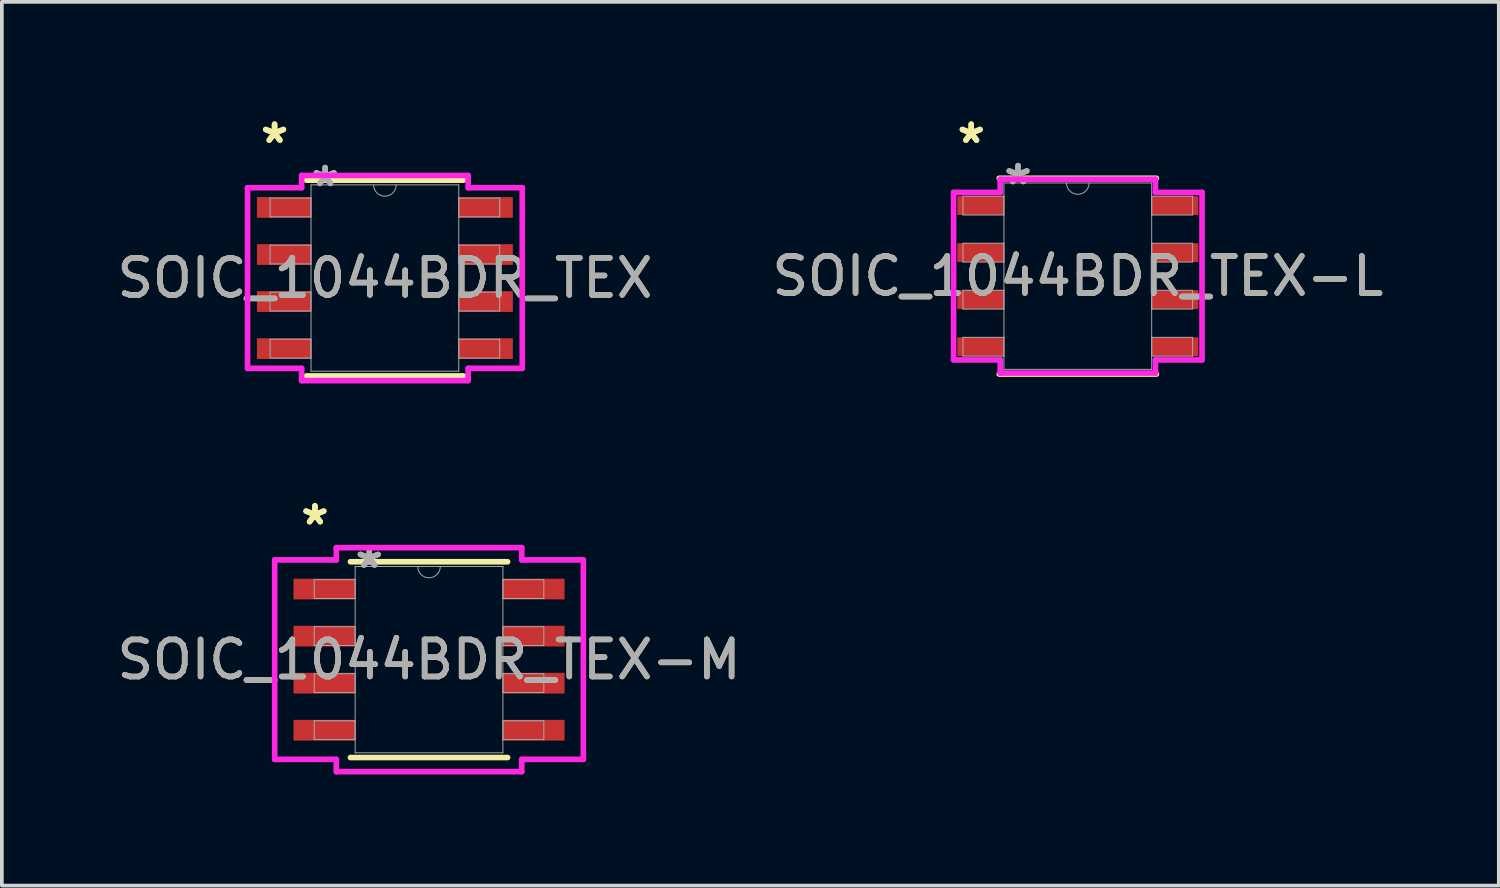
<source format=kicad_pcb>
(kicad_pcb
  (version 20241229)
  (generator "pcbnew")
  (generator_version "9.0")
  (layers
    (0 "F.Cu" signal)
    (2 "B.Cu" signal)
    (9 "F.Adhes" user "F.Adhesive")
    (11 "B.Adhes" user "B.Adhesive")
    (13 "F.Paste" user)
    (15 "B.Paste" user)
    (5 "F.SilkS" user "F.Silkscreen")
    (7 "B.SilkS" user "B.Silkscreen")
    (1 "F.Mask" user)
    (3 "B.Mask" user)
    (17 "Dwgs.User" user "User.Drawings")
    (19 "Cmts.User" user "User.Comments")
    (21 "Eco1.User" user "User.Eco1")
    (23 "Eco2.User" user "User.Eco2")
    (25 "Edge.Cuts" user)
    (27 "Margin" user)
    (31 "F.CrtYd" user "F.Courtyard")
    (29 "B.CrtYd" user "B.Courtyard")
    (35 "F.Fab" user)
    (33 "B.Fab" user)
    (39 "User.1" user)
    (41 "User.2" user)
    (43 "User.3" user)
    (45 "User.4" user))
  (footprint "SOIC_1044BDR_TEX-L"
    (layer "F.Cu")
    (at 26.042 4.404)
    (property "Reference" "SOIC_1044BDR_TEX-L" (at 0 0 0) (unlocked yes) (layer "F.SilkS") (effects (font (size 1 1) (thickness 0.15))))
    (attr smd)
    (fp_line (start -2.121 2.642) (end 2.121 2.642) (stroke (width 0.152) (type solid)) (layer "F.SilkS"))
    (fp_line (start 2.121 -2.642) (end -2.121 -2.642) (stroke (width 0.152) (type solid)) (layer "F.SilkS"))
    (fp_line (start -3.353 -2.261) (end -2.095 -2.261) (stroke (width 0.152) (type solid)) (layer "F.CrtYd"))
    (fp_line (start -3.353 2.261) (end -3.353 -2.261) (stroke (width 0.152) (type solid)) (layer "F.CrtYd"))
    (fp_line (start -3.353 2.261) (end -2.095 2.261) (stroke (width 0.152) (type solid)) (layer "F.CrtYd"))
    (fp_line (start -2.095 -2.616) (end 2.095 -2.616) (stroke (width 0.152) (type solid)) (layer "F.CrtYd"))
    (fp_line (start -2.095 -2.261) (end -2.095 -2.616) (stroke (width 0.152) (type solid)) (layer "F.CrtYd"))
    (fp_line (start -2.095 2.616) (end -2.095 2.261) (stroke (width 0.152) (type solid)) (layer "F.CrtYd"))
    (fp_line (start 2.095 -2.616) (end 2.095 -2.261) (stroke (width 0.152) (type solid)) (layer "F.CrtYd"))
    (fp_line (start 2.095 2.261) (end 2.095 2.616) (stroke (width 0.152) (type solid)) (layer "F.CrtYd"))
    (fp_line (start 2.095 2.616) (end -2.095 2.616) (stroke (width 0.152) (type solid)) (layer "F.CrtYd"))
    (fp_line (start 3.353 -2.261) (end 2.095 -2.261) (stroke (width 0.152) (type solid)) (layer "F.CrtYd"))
    (fp_line (start 3.353 -2.261) (end 3.353 2.261) (stroke (width 0.152) (type solid)) (layer "F.CrtYd"))
    (fp_line (start 3.353 2.261) (end 2.095 2.261) (stroke (width 0.152) (type solid)) (layer "F.CrtYd"))
    (fp_line (start -3.099 -2.159) (end -3.099 -1.651) (stroke (width 0.025) (type solid)) (layer "F.Fab"))
    (fp_line (start -3.099 -1.651) (end -1.994 -1.651) (stroke (width 0.025) (type solid)) (layer "F.Fab"))
    (fp_line (start -3.099 -0.889) (end -3.099 -0.381) (stroke (width 0.025) (type solid)) (layer "F.Fab"))
    (fp_line (start -3.099 -0.381) (end -1.994 -0.381) (stroke (width 0.025) (type solid)) (layer "F.Fab"))
    (fp_line (start -3.099 0.381) (end -3.099 0.889) (stroke (width 0.025) (type solid)) (layer "F.Fab"))
    (fp_line (start -3.099 0.889) (end -1.994 0.889) (stroke (width 0.025) (type solid)) (layer "F.Fab"))
    (fp_line (start -3.099 1.651) (end -3.099 2.159) (stroke (width 0.025) (type solid)) (layer "F.Fab"))
    (fp_line (start -3.099 2.159) (end -1.994 2.159) (stroke (width 0.025) (type solid)) (layer "F.Fab"))
    (fp_line (start -1.994 -2.515) (end -1.994 2.515) (stroke (width 0.025) (type solid)) (layer "F.Fab"))
    (fp_line (start -1.994 -2.159) (end -3.099 -2.159) (stroke (width 0.025) (type solid)) (layer "F.Fab"))
    (fp_line (start -1.994 -1.651) (end -1.994 -2.159) (stroke (width 0.025) (type solid)) (layer "F.Fab"))
    (fp_line (start -1.994 -0.889) (end -3.099 -0.889) (stroke (width 0.025) (type solid)) (layer "F.Fab"))
    (fp_line (start -1.994 -0.381) (end -1.994 -0.889) (stroke (width 0.025) (type solid)) (layer "F.Fab"))
    (fp_line (start -1.994 0.381) (end -3.099 0.381) (stroke (width 0.025) (type solid)) (layer "F.Fab"))
    (fp_line (start -1.994 0.889) (end -1.994 0.381) (stroke (width 0.025) (type solid)) (layer "F.Fab"))
    (fp_line (start -1.994 1.651) (end -3.099 1.651) (stroke (width 0.025) (type solid)) (layer "F.Fab"))
    (fp_line (start -1.994 2.159) (end -1.994 1.651) (stroke (width 0.025) (type solid)) (layer "F.Fab"))
    (fp_line (start -1.994 2.515) (end 1.994 2.515) (stroke (width 0.025) (type solid)) (layer "F.Fab"))
    (fp_line (start 1.994 -2.515) (end -1.994 -2.515) (stroke (width 0.025) (type solid)) (layer "F.Fab"))
    (fp_line (start 1.994 -2.159) (end 1.994 -1.651) (stroke (width 0.025) (type solid)) (layer "F.Fab"))
    (fp_line (start 1.994 -1.651) (end 3.099 -1.651) (stroke (width 0.025) (type solid)) (layer "F.Fab"))
    (fp_line (start 1.994 -0.889) (end 1.994 -0.381) (stroke (width 0.025) (type solid)) (layer "F.Fab"))
    (fp_line (start 1.994 -0.381) (end 3.099 -0.381) (stroke (width 0.025) (type solid)) (layer "F.Fab"))
    (fp_line (start 1.994 0.381) (end 1.994 0.889) (stroke (width 0.025) (type solid)) (layer "F.Fab"))
    (fp_line (start 1.994 0.889) (end 3.099 0.889) (stroke (width 0.025) (type solid)) (layer "F.Fab"))
    (fp_line (start 1.994 1.651) (end 1.994 2.159) (stroke (width 0.025) (type solid)) (layer "F.Fab"))
    (fp_line (start 1.994 2.159) (end 3.099 2.159) (stroke (width 0.025) (type solid)) (layer "F.Fab"))
    (fp_line (start 1.994 2.515) (end 1.994 -2.515) (stroke (width 0.025) (type solid)) (layer "F.Fab"))
    (fp_line (start 3.099 -2.159) (end 1.994 -2.159) (stroke (width 0.025) (type solid)) (layer "F.Fab"))
    (fp_line (start 3.099 -1.651) (end 3.099 -2.159) (stroke (width 0.025) (type solid)) (layer "F.Fab"))
    (fp_line (start 3.099 -0.889) (end 1.994 -0.889) (stroke (width 0.025) (type solid)) (layer "F.Fab"))
    (fp_line (start 3.099 -0.381) (end 3.099 -0.889) (stroke (width 0.025) (type solid)) (layer "F.Fab"))
    (fp_line (start 3.099 0.381) (end 1.994 0.381) (stroke (width 0.025) (type solid)) (layer "F.Fab"))
    (fp_line (start 3.099 0.889) (end 3.099 0.381) (stroke (width 0.025) (type solid)) (layer "F.Fab"))
    (fp_line (start 3.099 1.651) (end 1.994 1.651) (stroke (width 0.025) (type solid)) (layer "F.Fab"))
    (fp_line (start 3.099 2.159) (end 3.099 1.651) (stroke (width 0.025) (type solid)) (layer "F.Fab"))
    (fp_arc (start 0.3048 -2.5146) (mid 0 -2.2098) (end -0.3048 -2.5146) (stroke (width 0.0254) (type solid)) (layer "F.Fab"))
    (fp_text user "*" (at -2.877 -3.556 0) (unlocked yes) (layer "F.SilkS") (effects (font (size 1 1) (thickness 0.15))))
    (fp_text user "*" (at -2.877 -3.556 0) (layer "F.SilkS") (effects (font (size 1 1) (thickness 0.15))))
    (fp_text user "${REFERENCE}" (at 0 0 0) (unlocked yes) (layer "F.Fab") (effects (font (size 1 1) (thickness 0.15))))
    (fp_text user "*" (at -1.613 -2.438 0) (unlocked yes) (layer "F.Fab") (effects (font (size 1 1) (thickness 0.15))))
    (fp_text user "*" (at -1.613 -2.438 0) (layer "F.Fab") (effects (font (size 1 1) (thickness 0.15))))
    (pad "1" smd rect (at -2.623 -1.905) (size 1.257 0.508) (layers "F.Cu" "F.Mask" "F.Paste"))
    (pad "2" smd rect (at -2.623 -0.635) (size 1.257 0.508) (layers "F.Cu" "F.Mask" "F.Paste"))
    (pad "3" smd rect (at -2.623 0.635) (size 1.257 0.508) (layers "F.Cu" "F.Mask" "F.Paste"))
    (pad "4" smd rect (at -2.623 1.905) (size 1.257 0.508) (layers "F.Cu" "F.Mask" "F.Paste"))
    (pad "5" smd rect (at 2.623 1.905) (size 1.257 0.508) (layers "F.Cu" "F.Mask" "F.Paste"))
    (pad "6" smd rect (at 2.623 0.635) (size 1.257 0.508) (layers "F.Cu" "F.Mask" "F.Paste"))
    (pad "7" smd rect (at 2.623 -0.635) (size 1.257 0.508) (layers "F.Cu" "F.Mask" "F.Paste"))
    (pad "8" smd rect (at 2.623 -1.905) (size 1.257 0.508) (layers "F.Cu" "F.Mask" "F.Paste")))
  (footprint "SOIC_1044BDR_TEX"
    (layer "F.Cu")
    (at 7.339 4.455)
    (property "Reference" "SOIC_1044BDR_TEX" (at 0 0 0) (unlocked yes) (layer "F.SilkS") (effects (font (size 1 1) (thickness 0.15))))
    (attr smd)
    (fp_line (start -2.121 2.642) (end 2.121 2.642) (stroke (width 0.152) (type solid)) (layer "F.SilkS"))
    (fp_line (start 2.121 -2.642) (end -2.121 -2.642) (stroke (width 0.152) (type solid)) (layer "F.SilkS"))
    (fp_line (start -3.708 -2.438) (end -2.248 -2.438) (stroke (width 0.152) (type solid)) (layer "F.CrtYd"))
    (fp_line (start -3.708 2.438) (end -3.708 -2.438) (stroke (width 0.152) (type solid)) (layer "F.CrtYd"))
    (fp_line (start -3.708 2.438) (end -2.248 2.438) (stroke (width 0.152) (type solid)) (layer "F.CrtYd"))
    (fp_line (start -2.248 -2.769) (end 2.248 -2.769) (stroke (width 0.152) (type solid)) (layer "F.CrtYd"))
    (fp_line (start -2.248 -2.438) (end -2.248 -2.769) (stroke (width 0.152) (type solid)) (layer "F.CrtYd"))
    (fp_line (start -2.248 2.769) (end -2.248 2.438) (stroke (width 0.152) (type solid)) (layer "F.CrtYd"))
    (fp_line (start 2.248 -2.769) (end 2.248 -2.438) (stroke (width 0.152) (type solid)) (layer "F.CrtYd"))
    (fp_line (start 2.248 2.438) (end 2.248 2.769) (stroke (width 0.152) (type solid)) (layer "F.CrtYd"))
    (fp_line (start 2.248 2.769) (end -2.248 2.769) (stroke (width 0.152) (type solid)) (layer "F.CrtYd"))
    (fp_line (start 3.708 -2.438) (end 2.248 -2.438) (stroke (width 0.152) (type solid)) (layer "F.CrtYd"))
    (fp_line (start 3.708 -2.438) (end 3.708 2.438) (stroke (width 0.152) (type solid)) (layer "F.CrtYd"))
    (fp_line (start 3.708 2.438) (end 2.248 2.438) (stroke (width 0.152) (type solid)) (layer "F.CrtYd"))
    (fp_line (start -3.099 -2.159) (end -3.099 -1.651) (stroke (width 0.025) (type solid)) (layer "F.Fab"))
    (fp_line (start -3.099 -1.651) (end -1.994 -1.651) (stroke (width 0.025) (type solid)) (layer "F.Fab"))
    (fp_line (start -3.099 -0.889) (end -3.099 -0.381) (stroke (width 0.025) (type solid)) (layer "F.Fab"))
    (fp_line (start -3.099 -0.381) (end -1.994 -0.381) (stroke (width 0.025) (type solid)) (layer "F.Fab"))
    (fp_line (start -3.099 0.381) (end -3.099 0.889) (stroke (width 0.025) (type solid)) (layer "F.Fab"))
    (fp_line (start -3.099 0.889) (end -1.994 0.889) (stroke (width 0.025) (type solid)) (layer "F.Fab"))
    (fp_line (start -3.099 1.651) (end -3.099 2.159) (stroke (width 0.025) (type solid)) (layer "F.Fab"))
    (fp_line (start -3.099 2.159) (end -1.994 2.159) (stroke (width 0.025) (type solid)) (layer "F.Fab"))
    (fp_line (start -1.994 -2.515) (end -1.994 2.515) (stroke (width 0.025) (type solid)) (layer "F.Fab"))
    (fp_line (start -1.994 -2.159) (end -3.099 -2.159) (stroke (width 0.025) (type solid)) (layer "F.Fab"))
    (fp_line (start -1.994 -1.651) (end -1.994 -2.159) (stroke (width 0.025) (type solid)) (layer "F.Fab"))
    (fp_line (start -1.994 -0.889) (end -3.099 -0.889) (stroke (width 0.025) (type solid)) (layer "F.Fab"))
    (fp_line (start -1.994 -0.381) (end -1.994 -0.889) (stroke (width 0.025) (type solid)) (layer "F.Fab"))
    (fp_line (start -1.994 0.381) (end -3.099 0.381) (stroke (width 0.025) (type solid)) (layer "F.Fab"))
    (fp_line (start -1.994 0.889) (end -1.994 0.381) (stroke (width 0.025) (type solid)) (layer "F.Fab"))
    (fp_line (start -1.994 1.651) (end -3.099 1.651) (stroke (width 0.025) (type solid)) (layer "F.Fab"))
    (fp_line (start -1.994 2.159) (end -1.994 1.651) (stroke (width 0.025) (type solid)) (layer "F.Fab"))
    (fp_line (start -1.994 2.515) (end 1.994 2.515) (stroke (width 0.025) (type solid)) (layer "F.Fab"))
    (fp_line (start 1.994 -2.515) (end -1.994 -2.515) (stroke (width 0.025) (type solid)) (layer "F.Fab"))
    (fp_line (start 1.994 -2.159) (end 1.994 -1.651) (stroke (width 0.025) (type solid)) (layer "F.Fab"))
    (fp_line (start 1.994 -1.651) (end 3.099 -1.651) (stroke (width 0.025) (type solid)) (layer "F.Fab"))
    (fp_line (start 1.994 -0.889) (end 1.994 -0.381) (stroke (width 0.025) (type solid)) (layer "F.Fab"))
    (fp_line (start 1.994 -0.381) (end 3.099 -0.381) (stroke (width 0.025) (type solid)) (layer "F.Fab"))
    (fp_line (start 1.994 0.381) (end 1.994 0.889) (stroke (width 0.025) (type solid)) (layer "F.Fab"))
    (fp_line (start 1.994 0.889) (end 3.099 0.889) (stroke (width 0.025) (type solid)) (layer "F.Fab"))
    (fp_line (start 1.994 1.651) (end 1.994 2.159) (stroke (width 0.025) (type solid)) (layer "F.Fab"))
    (fp_line (start 1.994 2.159) (end 3.099 2.159) (stroke (width 0.025) (type solid)) (layer "F.Fab"))
    (fp_line (start 1.994 2.515) (end 1.994 -2.515) (stroke (width 0.025) (type solid)) (layer "F.Fab"))
    (fp_line (start 3.099 -2.159) (end 1.994 -2.159) (stroke (width 0.025) (type solid)) (layer "F.Fab"))
    (fp_line (start 3.099 -1.651) (end 3.099 -2.159) (stroke (width 0.025) (type solid)) (layer "F.Fab"))
    (fp_line (start 3.099 -0.889) (end 1.994 -0.889) (stroke (width 0.025) (type solid)) (layer "F.Fab"))
    (fp_line (start 3.099 -0.381) (end 3.099 -0.889) (stroke (width 0.025) (type solid)) (layer "F.Fab"))
    (fp_line (start 3.099 0.381) (end 1.994 0.381) (stroke (width 0.025) (type solid)) (layer "F.Fab"))
    (fp_line (start 3.099 0.889) (end 3.099 0.381) (stroke (width 0.025) (type solid)) (layer "F.Fab"))
    (fp_line (start 3.099 1.651) (end 1.994 1.651) (stroke (width 0.025) (type solid)) (layer "F.Fab"))
    (fp_line (start 3.099 2.159) (end 3.099 1.651) (stroke (width 0.025) (type solid)) (layer "F.Fab"))
    (fp_arc (start 0.3048 -2.5146) (mid 0 -2.2098) (end -0.3048 -2.5146) (stroke (width 0.0254) (type solid)) (layer "F.Fab"))
    (fp_text user "*" (at -2.978 -3.607 0) (layer "F.SilkS") (effects (font (size 1 1) (thickness 0.15))))
    (fp_text user "*" (at -2.978 -3.607 0) (unlocked yes) (layer "F.SilkS") (effects (font (size 1 1) (thickness 0.15))))
    (fp_text user "*" (at -1.613 -2.438 0) (unlocked yes) (layer "F.Fab") (effects (font (size 1 1) (thickness 0.15))))
    (fp_text user "${REFERENCE}" (at 0 0 0) (unlocked yes) (layer "F.Fab") (effects (font (size 1 1) (thickness 0.15))))
    (fp_text user "*" (at -1.613 -2.438 0) (layer "F.Fab") (effects (font (size 1 1) (thickness 0.15))))
    (pad "1" smd rect (at -2.724 -1.905) (size 1.46 0.559) (layers "F.Cu" "F.Mask" "F.Paste"))
    (pad "2" smd rect (at -2.724 -0.635) (size 1.46 0.559) (layers "F.Cu" "F.Mask" "F.Paste"))
    (pad "3" smd rect (at -2.724 0.635) (size 1.46 0.559) (layers "F.Cu" "F.Mask" "F.Paste"))
    (pad "4" smd rect (at -2.724 1.905) (size 1.46 0.559) (layers "F.Cu" "F.Mask" "F.Paste"))
    (pad "5" smd rect (at 2.724 1.905) (size 1.46 0.559) (layers "F.Cu" "F.Mask" "F.Paste"))
    (pad "6" smd rect (at 2.724 0.635) (size 1.46 0.559) (layers "F.Cu" "F.Mask" "F.Paste"))
    (pad "7" smd rect (at 2.724 -0.635) (size 1.46 0.559) (layers "F.Cu" "F.Mask" "F.Paste"))
    (pad "8" smd rect (at 2.724 -1.905) (size 1.46 0.559) (layers "F.Cu" "F.Mask" "F.Paste")))
  (footprint "SOIC_1044BDR_TEX-M"
    (layer "F.Cu")
    (at 8.53 14.755)
    (property "Reference" "SOIC_1044BDR_TEX-M" (at 0 0 0) (unlocked yes) (layer "F.SilkS") (effects (font (size 1 1) (thickness 0.15))))
    (attr smd)
    (fp_line (start -2.121 2.642) (end 2.121 2.642) (stroke (width 0.152) (type solid)) (layer "F.SilkS"))
    (fp_line (start 2.121 -2.642) (end -2.121 -2.642) (stroke (width 0.152) (type solid)) (layer "F.SilkS"))
    (fp_line (start -4.166 -2.692) (end -2.502 -2.692) (stroke (width 0.152) (type solid)) (layer "F.CrtYd"))
    (fp_line (start -4.166 2.692) (end -4.166 -2.692) (stroke (width 0.152) (type solid)) (layer "F.CrtYd"))
    (fp_line (start -4.166 2.692) (end -2.502 2.692) (stroke (width 0.152) (type solid)) (layer "F.CrtYd"))
    (fp_line (start -2.502 -3.023) (end 2.502 -3.023) (stroke (width 0.152) (type solid)) (layer "F.CrtYd"))
    (fp_line (start -2.502 -2.692) (end -2.502 -3.023) (stroke (width 0.152) (type solid)) (layer "F.CrtYd"))
    (fp_line (start -2.502 3.023) (end -2.502 2.692) (stroke (width 0.152) (type solid)) (layer "F.CrtYd"))
    (fp_line (start 2.502 -3.023) (end 2.502 -2.692) (stroke (width 0.152) (type solid)) (layer "F.CrtYd"))
    (fp_line (start 2.502 2.692) (end 2.502 3.023) (stroke (width 0.152) (type solid)) (layer "F.CrtYd"))
    (fp_line (start 2.502 3.023) (end -2.502 3.023) (stroke (width 0.152) (type solid)) (layer "F.CrtYd"))
    (fp_line (start 4.166 -2.692) (end 2.502 -2.692) (stroke (width 0.152) (type solid)) (layer "F.CrtYd"))
    (fp_line (start 4.166 -2.692) (end 4.166 2.692) (stroke (width 0.152) (type solid)) (layer "F.CrtYd"))
    (fp_line (start 4.166 2.692) (end 2.502 2.692) (stroke (width 0.152) (type solid)) (layer "F.CrtYd"))
    (fp_line (start -3.099 -2.159) (end -3.099 -1.651) (stroke (width 0.025) (type solid)) (layer "F.Fab"))
    (fp_line (start -3.099 -1.651) (end -1.994 -1.651) (stroke (width 0.025) (type solid)) (layer "F.Fab"))
    (fp_line (start -3.099 -0.889) (end -3.099 -0.381) (stroke (width 0.025) (type solid)) (layer "F.Fab"))
    (fp_line (start -3.099 -0.381) (end -1.994 -0.381) (stroke (width 0.025) (type solid)) (layer "F.Fab"))
    (fp_line (start -3.099 0.381) (end -3.099 0.889) (stroke (width 0.025) (type solid)) (layer "F.Fab"))
    (fp_line (start -3.099 0.889) (end -1.994 0.889) (stroke (width 0.025) (type solid)) (layer "F.Fab"))
    (fp_line (start -3.099 1.651) (end -3.099 2.159) (stroke (width 0.025) (type solid)) (layer "F.Fab"))
    (fp_line (start -3.099 2.159) (end -1.994 2.159) (stroke (width 0.025) (type solid)) (layer "F.Fab"))
    (fp_line (start -1.994 -2.515) (end -1.994 2.515) (stroke (width 0.025) (type solid)) (layer "F.Fab"))
    (fp_line (start -1.994 -2.159) (end -3.099 -2.159) (stroke (width 0.025) (type solid)) (layer "F.Fab"))
    (fp_line (start -1.994 -1.651) (end -1.994 -2.159) (stroke (width 0.025) (type solid)) (layer "F.Fab"))
    (fp_line (start -1.994 -0.889) (end -3.099 -0.889) (stroke (width 0.025) (type solid)) (layer "F.Fab"))
    (fp_line (start -1.994 -0.381) (end -1.994 -0.889) (stroke (width 0.025) (type solid)) (layer "F.Fab"))
    (fp_line (start -1.994 0.381) (end -3.099 0.381) (stroke (width 0.025) (type solid)) (layer "F.Fab"))
    (fp_line (start -1.994 0.889) (end -1.994 0.381) (stroke (width 0.025) (type solid)) (layer "F.Fab"))
    (fp_line (start -1.994 1.651) (end -3.099 1.651) (stroke (width 0.025) (type solid)) (layer "F.Fab"))
    (fp_line (start -1.994 2.159) (end -1.994 1.651) (stroke (width 0.025) (type solid)) (layer "F.Fab"))
    (fp_line (start -1.994 2.515) (end 1.994 2.515) (stroke (width 0.025) (type solid)) (layer "F.Fab"))
    (fp_line (start 1.994 -2.515) (end -1.994 -2.515) (stroke (width 0.025) (type solid)) (layer "F.Fab"))
    (fp_line (start 1.994 -2.159) (end 1.994 -1.651) (stroke (width 0.025) (type solid)) (layer "F.Fab"))
    (fp_line (start 1.994 -1.651) (end 3.099 -1.651) (stroke (width 0.025) (type solid)) (layer "F.Fab"))
    (fp_line (start 1.994 -0.889) (end 1.994 -0.381) (stroke (width 0.025) (type solid)) (layer "F.Fab"))
    (fp_line (start 1.994 -0.381) (end 3.099 -0.381) (stroke (width 0.025) (type solid)) (layer "F.Fab"))
    (fp_line (start 1.994 0.381) (end 1.994 0.889) (stroke (width 0.025) (type solid)) (layer "F.Fab"))
    (fp_line (start 1.994 0.889) (end 3.099 0.889) (stroke (width 0.025) (type solid)) (layer "F.Fab"))
    (fp_line (start 1.994 1.651) (end 1.994 2.159) (stroke (width 0.025) (type solid)) (layer "F.Fab"))
    (fp_line (start 1.994 2.159) (end 3.099 2.159) (stroke (width 0.025) (type solid)) (layer "F.Fab"))
    (fp_line (start 1.994 2.515) (end 1.994 -2.515) (stroke (width 0.025) (type solid)) (layer "F.Fab"))
    (fp_line (start 3.099 -2.159) (end 1.994 -2.159) (stroke (width 0.025) (type solid)) (layer "F.Fab"))
    (fp_line (start 3.099 -1.651) (end 3.099 -2.159) (stroke (width 0.025) (type solid)) (layer "F.Fab"))
    (fp_line (start 3.099 -0.889) (end 1.994 -0.889) (stroke (width 0.025) (type solid)) (layer "F.Fab"))
    (fp_line (start 3.099 -0.381) (end 3.099 -0.889) (stroke (width 0.025) (type solid)) (layer "F.Fab"))
    (fp_line (start 3.099 0.381) (end 1.994 0.381) (stroke (width 0.025) (type solid)) (layer "F.Fab"))
    (fp_line (start 3.099 0.889) (end 3.099 0.381) (stroke (width 0.025) (type solid)) (layer "F.Fab"))
    (fp_line (start 3.099 1.651) (end 1.994 1.651) (stroke (width 0.025) (type solid)) (layer "F.Fab"))
    (fp_line (start 3.099 2.159) (end 3.099 1.651) (stroke (width 0.025) (type solid)) (layer "F.Fab"))
    (fp_arc (start 0.3048 -2.5146) (mid 0 -2.2098) (end -0.3048 -2.5146) (stroke (width 0.0254) (type solid)) (layer "F.Fab"))
    (fp_text user "*" (at -3.08 -3.607 0) (unlocked yes) (layer "F.SilkS") (effects (font (size 1 1) (thickness 0.15))))
    (fp_text user "*" (at -3.08 -3.607 0) (layer "F.SilkS") (effects (font (size 1 1) (thickness 0.15))))
    (fp_text user "${REFERENCE}" (at 0 0 0) (unlocked yes) (layer "F.Fab") (effects (font (size 1 1) (thickness 0.15))))
    (fp_text user "*" (at -1.613 -2.438 0) (unlocked yes) (layer "F.Fab") (effects (font (size 1 1) (thickness 0.15))))
    (fp_text user "*" (at -1.613 -2.438 0) (layer "F.Fab") (effects (font (size 1 1) (thickness 0.15))))
    (pad "1" smd rect (at -2.826 -1.905) (size 1.664 0.559) (layers "F.Cu" "F.Mask" "F.Paste"))
    (pad "2" smd rect (at -2.826 -0.635) (size 1.664 0.559) (layers "F.Cu" "F.Mask" "F.Paste"))
    (pad "3" smd rect (at -2.826 0.635) (size 1.664 0.559) (layers "F.Cu" "F.Mask" "F.Paste"))
    (pad "4" smd rect (at -2.826 1.905) (size 1.664 0.559) (layers "F.Cu" "F.Mask" "F.Paste"))
    (pad "5" smd rect (at 2.826 1.905) (size 1.664 0.559) (layers "F.Cu" "F.Mask" "F.Paste"))
    (pad "6" smd rect (at 2.826 0.635) (size 1.664 0.559) (layers "F.Cu" "F.Mask" "F.Paste"))
    (pad "7" smd rect (at 2.826 -0.635) (size 1.664 0.559) (layers "F.Cu" "F.Mask" "F.Paste"))
    (pad "8" smd rect (at 2.826 -1.905) (size 1.664 0.559) (layers "F.Cu" "F.Mask" "F.Paste")))
  (gr_rect
    (start -3 -3)
    (end 37.405 20.854)
    (stroke (width 0.1) (type default))
    (fill no)
    (layer "Edge.Cuts")))
</source>
